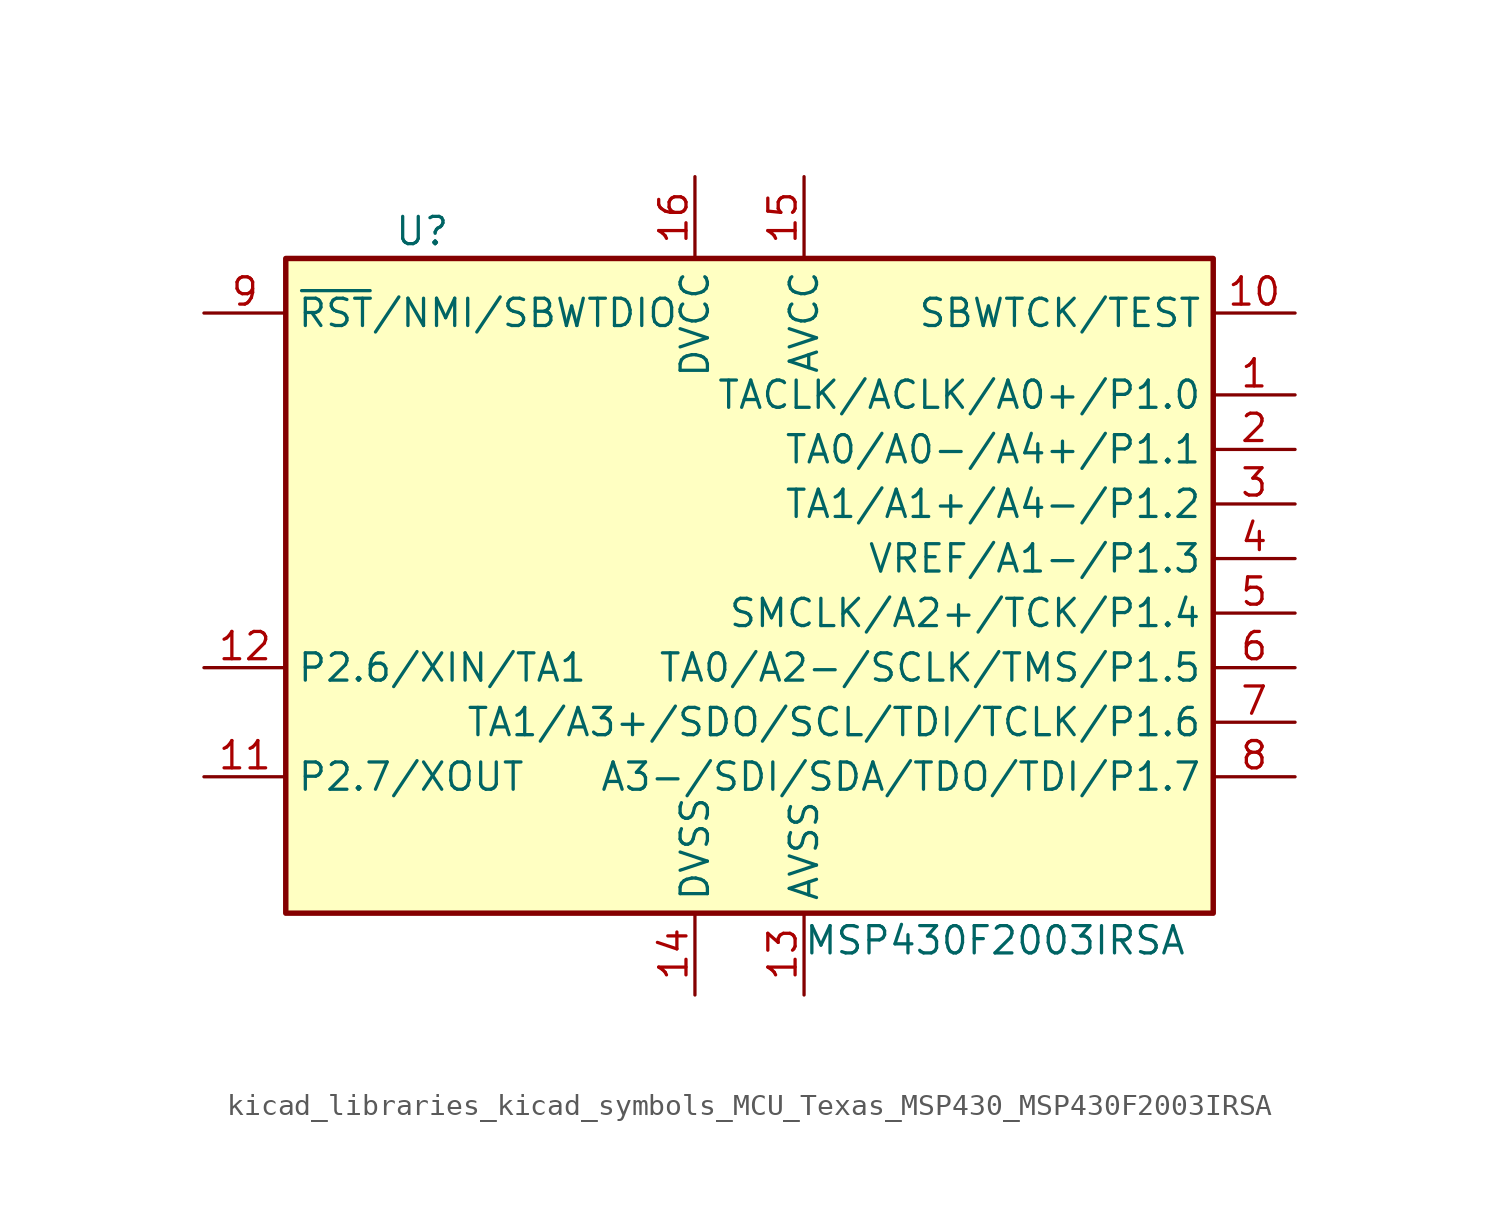
<source format=kicad_sym>
(kicad_symbol_lib
  (version 20220914)
  (generator kicad_symbol_editor)
  (symbol "kicad_libraries_kicad_symbols_MCU_Texas_MSP430_MSP430F2003IRSA"
    (property "Reference" "U"
      (at -15.24 15.24 0)
      (effects (font (size 1.27 1.27))))
    (property "Value" "MSP430F2003IRSA"
      (at 11.43 -17.78 0)
      (effects (font (size 1.27 1.27))))
    (symbol "kicad_libraries_kicad_symbols_MCU_Texas_MSP430_MSP430F2003IRSA_0_1"
      (rectangle (start -21.59 13.97) (end 21.59 -16.51) (stroke (width 0.254) (type default)) (fill (type background))))
    (symbol "kicad_libraries_kicad_symbols_MCU_Texas_MSP430_MSP430F2003IRSA_1_1"
      (pin bidirectional line (at 25.4 7.62 180) (length 3.81) (name "TACLK/ACLK/A0+/P1.0" (effects (font (size 1.27 1.27)))) (number "1" (effects (font (size 1.27 1.27)))))
      (pin input line (at 25.4 11.43 180) (length 3.81) (name "SBWTCK/TEST" (effects (font (size 1.27 1.27)))) (number "10" (effects (font (size 1.27 1.27)))))
      (pin bidirectional line (at -25.4 -10.16 0) (length 3.81) (name "P2.7/XOUT" (effects (font (size 1.27 1.27)))) (number "11" (effects (font (size 1.27 1.27)))))
      (pin bidirectional line (at -25.4 -5.08 0) (length 3.81) (name "P2.6/XIN/TA1" (effects (font (size 1.27 1.27)))) (number "12" (effects (font (size 1.27 1.27)))))
      (pin power_in line (at 2.54 -20.32 90) (length 3.81) (name "AVSS" (effects (font (size 1.27 1.27)))) (number "13" (effects (font (size 1.27 1.27)))))
      (pin power_in line (at -2.54 -20.32 90) (length 3.81) (name "DVSS" (effects (font (size 1.27 1.27)))) (number "14" (effects (font (size 1.27 1.27)))))
      (pin power_in line (at 2.54 17.78 270) (length 3.81) (name "AVCC" (effects (font (size 1.27 1.27)))) (number "15" (effects (font (size 1.27 1.27)))))
      (pin power_in line (at -2.54 17.78 270) (length 3.81) (name "DVCC" (effects (font (size 1.27 1.27)))) (number "16" (effects (font (size 1.27 1.27)))))
      (pin bidirectional line (at 25.4 5.08 180) (length 3.81) (name "TA0/A0-/A4+/P1.1" (effects (font (size 1.27 1.27)))) (number "2" (effects (font (size 1.27 1.27)))))
      (pin bidirectional line (at 25.4 2.54 180) (length 3.81) (name "TA1/A1+/A4-/P1.2" (effects (font (size 1.27 1.27)))) (number "3" (effects (font (size 1.27 1.27)))))
      (pin bidirectional line (at 25.4 0 180) (length 3.81) (name "VREF/A1-/P1.3" (effects (font (size 1.27 1.27)))) (number "4" (effects (font (size 1.27 1.27)))))
      (pin bidirectional line (at 25.4 -2.54 180) (length 3.81) (name "SMCLK/A2+/TCK/P1.4" (effects (font (size 1.27 1.27)))) (number "5" (effects (font (size 1.27 1.27)))))
      (pin bidirectional line (at 25.4 -5.08 180) (length 3.81) (name "TA0/A2-/SCLK/TMS/P1.5" (effects (font (size 1.27 1.27)))) (number "6" (effects (font (size 1.27 1.27)))))
      (pin bidirectional line (at 25.4 -7.62 180) (length 3.81) (name "TA1/A3+/SDO/SCL/TDI/TCLK/P1.6" (effects (font (size 1.27 1.27)))) (number "7" (effects (font (size 1.27 1.27)))))
      (pin bidirectional line (at 25.4 -10.16 180) (length 3.81) (name "A3-/SDI/SDA/TDO/TDI/P1.7" (effects (font (size 1.27 1.27)))) (number "8" (effects (font (size 1.27 1.27)))))
      (pin input line (at -25.4 11.43 0) (length 3.81) (name "~{RST}/NMI/SBWTDIO" (effects (font (size 1.27 1.27)))) (number "9" (effects (font (size 1.27 1.27))))))))
</source>
